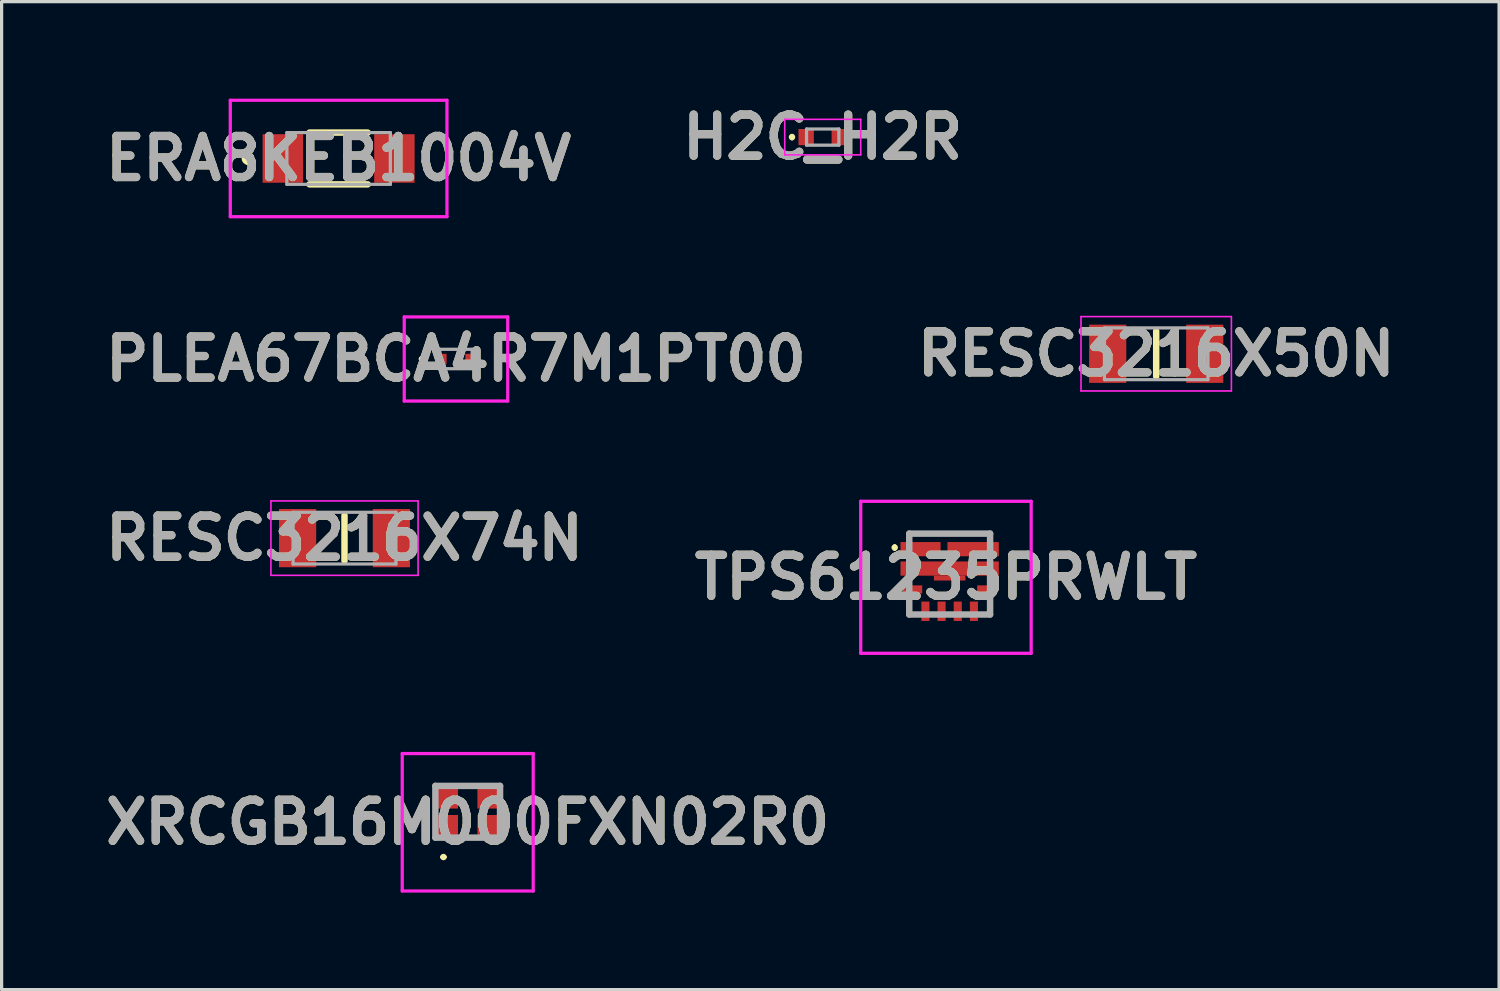
<source format=kicad_pcb>
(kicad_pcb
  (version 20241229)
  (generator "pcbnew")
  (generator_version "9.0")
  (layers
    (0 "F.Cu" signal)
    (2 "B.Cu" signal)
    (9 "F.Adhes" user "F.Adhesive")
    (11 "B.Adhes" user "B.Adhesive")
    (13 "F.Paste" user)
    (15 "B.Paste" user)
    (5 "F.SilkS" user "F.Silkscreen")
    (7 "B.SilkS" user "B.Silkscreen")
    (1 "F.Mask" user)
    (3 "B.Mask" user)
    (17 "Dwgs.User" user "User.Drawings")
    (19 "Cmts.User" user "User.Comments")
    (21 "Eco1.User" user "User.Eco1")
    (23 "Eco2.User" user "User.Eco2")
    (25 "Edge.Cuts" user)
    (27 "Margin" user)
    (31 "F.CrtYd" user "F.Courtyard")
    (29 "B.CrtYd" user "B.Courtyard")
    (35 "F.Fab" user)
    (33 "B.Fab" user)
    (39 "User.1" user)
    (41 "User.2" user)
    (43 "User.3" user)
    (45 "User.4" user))
  (footprint "XRCGB16M000FXN02R0"
    (layer "F.Cu")
    (at 11.412 22.05)
    (property "Reference" "XRCGB16M000FXN02R0" (at 0 0.325 0) (layer "F.SilkS") (effects (font (size 1.27 1.27) (thickness 0.254))))
    (attr smd)
    (fp_line (start -0.8 1.4) (end -0.8 1.4) (stroke (width 0.1) (type solid)) (layer "F.SilkS"))
    (fp_line (start -0.7 1.4) (end -0.7 1.4) (stroke (width 0.1) (type solid)) (layer "F.SilkS"))
    (fp_arc (start -0.8 1.4) (mid -0.75 1.35) (end -0.7 1.4) (stroke (width 0.1) (type solid)) (layer "F.SilkS"))
    (fp_arc (start -0.7 1.4) (mid -0.75 1.45) (end -0.8 1.4) (stroke (width 0.1) (type solid)) (layer "F.SilkS"))
    (fp_line (start -2.025 -1.8) (end 2.025 -1.8) (stroke (width 0.1) (type solid)) (layer "F.CrtYd"))
    (fp_line (start -2.025 2.45) (end -2.025 -1.8) (stroke (width 0.1) (type solid)) (layer "F.CrtYd"))
    (fp_line (start 2.025 -1.8) (end 2.025 2.45) (stroke (width 0.1) (type solid)) (layer "F.CrtYd"))
    (fp_line (start 2.025 2.45) (end -2.025 2.45) (stroke (width 0.1) (type solid)) (layer "F.CrtYd"))
    (fp_line (start -1 -0.8) (end 1 -0.8) (stroke (width 0.2) (type solid)) (layer "F.Fab"))
    (fp_line (start -1 0.8) (end -1 -0.8) (stroke (width 0.2) (type solid)) (layer "F.Fab"))
    (fp_line (start 1 -0.8) (end 1 0.8) (stroke (width 0.2) (type solid)) (layer "F.Fab"))
    (fp_line (start 1 0.8) (end -1 0.8) (stroke (width 0.2) (type solid)) (layer "F.Fab"))
    (fp_text user "${REFERENCE}" (at 0 0.325 0) (layer "F.Fab") (effects (font (size 1.27 1.27) (thickness 0.254))))
    (pad "1" smd rect (at -0.675 0.45 90) (size 0.7 0.75) (layers "F.Cu" "F.Mask" "F.Paste"))
    (pad "2" smd rect (at 0.675 0.45 90) (size 0.7 0.75) (layers "F.Cu" "F.Mask" "F.Paste"))
    (pad "3" smd rect (at 0.675 -0.45 90) (size 0.7 0.75) (layers "F.Cu" "F.Mask" "F.Paste"))
    (pad "4" smd rect (at -0.675 -0.45 90) (size 0.7 0.75) (layers "F.Cu" "F.Mask" "F.Paste")))
  (footprint "H2C_H2R"
    (layer "F.Cu")
    (at 22.389 1.189)
    (property "Reference" "H2C_H2R" (at 0 0 0) (layer "F.SilkS") (effects (font (size 1.27 1.27) (thickness 0.254))))
    (attr smd)
    (fp_line (start -0.95 -0.05) (end -0.95 -0.05) (stroke (width 0.1) (type solid)) (layer "F.SilkS"))
    (fp_line (start -0.95 0.05) (end -0.95 0.05) (stroke (width 0.1) (type solid)) (layer "F.SilkS"))
    (fp_arc (start -0.95 -0.05) (mid -0.9 0) (end -0.95 0.05) (stroke (width 0.1) (type solid)) (layer "F.SilkS"))
    (fp_arc (start -0.95 0.05) (mid -1 0) (end -0.95 -0.05) (stroke (width 0.1) (type solid)) (layer "F.SilkS"))
    (fp_line (start -1.175 -0.55) (end 1.175 -0.55) (stroke (width 0.05) (type solid)) (layer "F.CrtYd"))
    (fp_line (start -1.175 0.55) (end -1.175 -0.55) (stroke (width 0.05) (type solid)) (layer "F.CrtYd"))
    (fp_line (start 1.175 -0.55) (end 1.175 0.55) (stroke (width 0.05) (type solid)) (layer "F.CrtYd"))
    (fp_line (start 1.175 0.55) (end -1.175 0.55) (stroke (width 0.05) (type solid)) (layer "F.CrtYd"))
    (fp_line (start -0.5 -0.25) (end 0.5 -0.25) (stroke (width 0.1) (type solid)) (layer "F.Fab"))
    (fp_line (start -0.5 0.25) (end -0.5 -0.25) (stroke (width 0.1) (type solid)) (layer "F.Fab"))
    (fp_line (start 0.5 -0.25) (end 0.5 0.25) (stroke (width 0.1) (type solid)) (layer "F.Fab"))
    (fp_line (start 0.5 0.25) (end -0.5 0.25) (stroke (width 0.1) (type solid)) (layer "F.Fab"))
    (fp_text user "${REFERENCE}" (at 0 0 0) (layer "F.Fab") (effects (font (size 1.27 1.27) (thickness 0.254))))
    (pad "1" smd rect (at -0.512 0) (size 0.475 0.5) (layers "F.Cu" "F.Mask" "F.Paste"))
    (pad "2" smd rect (at 0.512 0) (size 0.475 0.5) (layers "F.Cu" "F.Mask" "F.Paste")))
  (footprint "RESC3216X74N"
    (layer "F.Cu")
    (at 7.602 13.589)
    (property "Reference" "RESC3216X74N" (at 0 0 0) (layer "F.SilkS") (effects (font (size 1.27 1.27) (thickness 0.254))))
    (attr smd)
    (fp_line (start 0 -0.7) (end 0 0.7) (stroke (width 0.2) (type solid)) (layer "F.SilkS"))
    (fp_line (start -2.275 -1.15) (end 2.275 -1.15) (stroke (width 0.05) (type solid)) (layer "F.CrtYd"))
    (fp_line (start -2.275 1.15) (end -2.275 -1.15) (stroke (width 0.05) (type solid)) (layer "F.CrtYd"))
    (fp_line (start 2.275 -1.15) (end 2.275 1.15) (stroke (width 0.05) (type solid)) (layer "F.CrtYd"))
    (fp_line (start 2.275 1.15) (end -2.275 1.15) (stroke (width 0.05) (type solid)) (layer "F.CrtYd"))
    (fp_line (start -1.59 -0.8) (end 1.59 -0.8) (stroke (width 0.1) (type solid)) (layer "F.Fab"))
    (fp_line (start -1.59 0.8) (end -1.59 -0.8) (stroke (width 0.1) (type solid)) (layer "F.Fab"))
    (fp_line (start 1.59 -0.8) (end 1.59 0.8) (stroke (width 0.1) (type solid)) (layer "F.Fab"))
    (fp_line (start 1.59 0.8) (end -1.59 0.8) (stroke (width 0.1) (type solid)) (layer "F.Fab"))
    (fp_text user "${REFERENCE}" (at 0 0 0) (layer "F.Fab") (effects (font (size 1.27 1.27) (thickness 0.254))))
    (pad "1" smd rect (at -1.45 0) (size 1.15 1.8) (layers "F.Cu" "F.Mask" "F.Paste"))
    (pad "2" smd rect (at 1.45 0) (size 1.15 1.8) (layers "F.Cu" "F.Mask" "F.Paste")))
  (footprint "RESC3216X50N"
    (layer "F.Cu")
    (at 32.7 7.889)
    (property "Reference" "RESC3216X50N" (at 0 0 0) (layer "F.SilkS") (effects (font (size 1.27 1.27) (thickness 0.254))))
    (attr smd)
    (fp_line (start 0 -0.7) (end 0 0.7) (stroke (width 0.2) (type solid)) (layer "F.SilkS"))
    (fp_line (start -2.325 -1.15) (end 2.325 -1.15) (stroke (width 0.05) (type solid)) (layer "F.CrtYd"))
    (fp_line (start -2.325 1.15) (end -2.325 -1.15) (stroke (width 0.05) (type solid)) (layer "F.CrtYd"))
    (fp_line (start 2.325 -1.15) (end 2.325 1.15) (stroke (width 0.05) (type solid)) (layer "F.CrtYd"))
    (fp_line (start 2.325 1.15) (end -2.325 1.15) (stroke (width 0.05) (type solid)) (layer "F.CrtYd"))
    (fp_line (start -1.6 -0.8) (end 1.6 -0.8) (stroke (width 0.1) (type solid)) (layer "F.Fab"))
    (fp_line (start -1.6 0.8) (end -1.6 -0.8) (stroke (width 0.1) (type solid)) (layer "F.Fab"))
    (fp_line (start 1.6 -0.8) (end 1.6 0.8) (stroke (width 0.1) (type solid)) (layer "F.Fab"))
    (fp_line (start 1.6 0.8) (end -1.6 0.8) (stroke (width 0.1) (type solid)) (layer "F.Fab"))
    (fp_text user "${REFERENCE}" (at 0 0 0) (layer "F.Fab") (effects (font (size 1.27 1.27) (thickness 0.254))))
    (pad "1" smd rect (at -1.5 0) (size 1.15 1.8) (layers "F.Cu" "F.Mask" "F.Paste"))
    (pad "2" smd rect (at 1.5 0) (size 1.15 1.8) (layers "F.Cu" "F.Mask" "F.Paste")))
  (footprint "PLEA67BCA4R7M1PT00"
    (layer "F.Cu")
    (at 11.049 8.05)
    (property "Reference" "PLEA67BCA4R7M1PT00" (at 0 0 0) (layer "F.SilkS") (effects (font (size 1.27 1.27) (thickness 0.254))))
    (attr smd)
    (fp_line (start -1.1 0) (end -1.1 0) (stroke (width 0.1) (type solid)) (layer "F.SilkS"))
    (fp_line (start -1 0) (end -1 0) (stroke (width 0.1) (type solid)) (layer "F.SilkS"))
    (fp_arc (start -1.1 0) (mid -1.05 -0.05) (end -1 0) (stroke (width 0.1) (type solid)) (layer "F.SilkS"))
    (fp_arc (start -1 0) (mid -1.05 0.05) (end -1.1 0) (stroke (width 0.1) (type solid)) (layer "F.SilkS"))
    (fp_line (start -1.6 -1.3) (end 1.6 -1.3) (stroke (width 0.1) (type solid)) (layer "F.CrtYd"))
    (fp_line (start -1.6 1.3) (end -1.6 -1.3) (stroke (width 0.1) (type solid)) (layer "F.CrtYd"))
    (fp_line (start 1.6 -1.3) (end 1.6 1.3) (stroke (width 0.1) (type solid)) (layer "F.CrtYd"))
    (fp_line (start 1.6 1.3) (end -1.6 1.3) (stroke (width 0.1) (type solid)) (layer "F.CrtYd"))
    (fp_line (start -0.5 -0.3) (end -0.5 0.3) (stroke (width 0.1) (type solid)) (layer "F.Fab"))
    (fp_line (start -0.5 0.3) (end 0.5 0.3) (stroke (width 0.1) (type solid)) (layer "F.Fab"))
    (fp_line (start 0.5 -0.3) (end -0.5 -0.3) (stroke (width 0.1) (type solid)) (layer "F.Fab"))
    (fp_line (start 0.5 0.3) (end 0.5 -0.3) (stroke (width 0.1) (type solid)) (layer "F.Fab"))
    (fp_text user "${REFERENCE}" (at 0 0 0) (layer "F.Fab") (effects (font (size 1.27 1.27) (thickness 0.254))))
    (pad "1" smd rect (at -0.445 0) (size 0.31 0.32) (layers "F.Cu" "F.Mask" "F.Paste"))
    (pad "2" smd rect (at 0.445 0) (size 0.31 0.32) (layers "F.Cu" "F.Mask" "F.Paste")))
  (footprint "TPS61235PRWLT"
    (layer "F.Cu")
    (at 25.414 13.93)
    (property "Reference" "TPS61235PRWLT" (at 0.785 0.87 0) (layer "F.SilkS") (effects (font (size 1.27 1.27) (thickness 0.254))))
    (attr smd)
    (fp_line (start -0.8 -0.1) (end -0.8 -0.1) (stroke (width 0.1) (type solid)) (layer "F.SilkS"))
    (fp_line (start -0.8 0) (end -0.8 0) (stroke (width 0.1) (type solid)) (layer "F.SilkS"))
    (fp_line (start -0.35 -0.48) (end 2.15 -0.48) (stroke (width 0.1) (type solid)) (layer "F.SilkS"))
    (fp_line (start -0.35 1.57) (end -0.35 2.02) (stroke (width 0.1) (type solid)) (layer "F.SilkS"))
    (fp_line (start -0.35 2.02) (end -0.1 2.02) (stroke (width 0.1) (type solid)) (layer "F.SilkS"))
    (fp_line (start 1.9 2.02) (end 2.15 2.02) (stroke (width 0.1) (type solid)) (layer "F.SilkS"))
    (fp_line (start 2.15 2.02) (end 2.15 1.57) (stroke (width 0.1) (type solid)) (layer "F.SilkS"))
    (fp_arc (start -0.8 -0.1) (mid -0.75 -0.05) (end -0.8 0) (stroke (width 0.1) (type solid)) (layer "F.SilkS"))
    (fp_arc (start -0.8 0) (mid -0.85 -0.05) (end -0.8 -0.1) (stroke (width 0.1) (type solid)) (layer "F.SilkS"))
    (fp_line (start -1.85 -1.48) (end 3.42 -1.48) (stroke (width 0.1) (type solid)) (layer "F.CrtYd"))
    (fp_line (start -1.85 3.22) (end -1.85 -1.48) (stroke (width 0.1) (type solid)) (layer "F.CrtYd"))
    (fp_line (start 3.42 -1.48) (end 3.42 3.22) (stroke (width 0.1) (type solid)) (layer "F.CrtYd"))
    (fp_line (start 3.42 3.22) (end -1.85 3.22) (stroke (width 0.1) (type solid)) (layer "F.CrtYd"))
    (fp_line (start -0.35 -0.48) (end 2.15 -0.48) (stroke (width 0.2) (type solid)) (layer "F.Fab"))
    (fp_line (start -0.35 2.02) (end -0.35 -0.48) (stroke (width 0.2) (type solid)) (layer "F.Fab"))
    (fp_line (start 2.15 -0.48) (end 2.15 2.02) (stroke (width 0.2) (type solid)) (layer "F.Fab"))
    (fp_line (start 2.15 2.02) (end -0.35 2.02) (stroke (width 0.2) (type solid)) (layer "F.Fab"))
    (fp_text user "${REFERENCE}" (at 0.785 0.87 0) (layer "F.Fab") (effects (font (size 1.27 1.27) (thickness 0.254))))
    (pad "1" smd rect (at 0 0 90) (size 0.44 1.24) (layers "F.Cu" "F.Mask" "F.Paste"))
    (pad "2" smd rect (at 0.9 0.6 90) (size 0.44 3.04) (layers "F.Cu" "F.Mask" "F.Paste"))
    (pad "3" smd rect (at -0.25 1.245 90) (size 0.25 0.6) (layers "F.Cu" "F.Mask" "F.Paste"))
    (pad "4" smd rect (at 0.15 1.92) (size 0.25 0.6) (layers "F.Cu" "F.Mask" "F.Paste"))
    (pad "5" smd rect (at 0.65 1.92) (size 0.25 0.6) (layers "F.Cu" "F.Mask" "F.Paste"))
    (pad "6" smd rect (at 1.15 1.92) (size 0.25 0.6) (layers "F.Cu" "F.Mask" "F.Paste"))
    (pad "7" smd rect (at 1.65 1.92) (size 0.25 0.6) (layers "F.Cu" "F.Mask" "F.Paste"))
    (pad "8" smd rect (at 2.05 1.245 90) (size 0.25 0.6) (layers "F.Cu" "F.Mask" "F.Paste"))
    (pad "9" smd rect (at 1.625 0 90) (size 0.44 1.59) (layers "F.Cu" "F.Mask" "F.Paste"))
    (pad "10" smd rect (at 0.9 0.895 90) (size 0.15 0.975) (layers "F.Cu" "F.Mask" "F.Paste")))
  (footprint "ERA8KEB1004V"
    (layer "F.Cu")
    (at 7.42 1.85)
    (property "Reference" "ERA8KEB1004V" (at 0 0 0) (layer "F.SilkS") (effects (font (size 1.27 1.27) (thickness 0.254))))
    (attr smd)
    (fp_line (start -2.8 -0.1) (end -2.8 -0.1) (stroke (width 0.2) (type solid)) (layer "F.SilkS"))
    (fp_line (start -2.8 0.1) (end -2.8 0.1) (stroke (width 0.2) (type solid)) (layer "F.SilkS"))
    (fp_line (start -0.9 -0.8) (end 0.9 -0.8) (stroke (width 0.2) (type solid)) (layer "F.SilkS"))
    (fp_line (start -0.9 0.8) (end 0.9 0.8) (stroke (width 0.2) (type solid)) (layer "F.SilkS"))
    (fp_arc (start -2.8 -0.1) (mid -2.7 0) (end -2.8 0.1) (stroke (width 0.2) (type solid)) (layer "F.SilkS"))
    (fp_arc (start -2.8 0.1) (mid -2.9 0) (end -2.8 -0.1) (stroke (width 0.2) (type solid)) (layer "F.SilkS"))
    (fp_line (start -3.35 -1.8) (end 3.35 -1.8) (stroke (width 0.1) (type solid)) (layer "F.CrtYd"))
    (fp_line (start -3.35 1.8) (end -3.35 -1.8) (stroke (width 0.1) (type solid)) (layer "F.CrtYd"))
    (fp_line (start 3.35 -1.8) (end 3.35 1.8) (stroke (width 0.1) (type solid)) (layer "F.CrtYd"))
    (fp_line (start 3.35 1.8) (end -3.35 1.8) (stroke (width 0.1) (type solid)) (layer "F.CrtYd"))
    (fp_line (start -1.6 -0.8) (end 1.6 -0.8) (stroke (width 0.1) (type solid)) (layer "F.Fab"))
    (fp_line (start -1.6 0.8) (end -1.6 -0.8) (stroke (width 0.1) (type solid)) (layer "F.Fab"))
    (fp_line (start 1.6 -0.8) (end 1.6 0.8) (stroke (width 0.1) (type solid)) (layer "F.Fab"))
    (fp_line (start 1.6 0.8) (end -1.6 0.8) (stroke (width 0.1) (type solid)) (layer "F.Fab"))
    (fp_text user "${REFERENCE}" (at 0 0 0) (layer "F.Fab") (effects (font (size 1.27 1.27) (thickness 0.254))))
    (pad "1" smd rect (at -1.725 0) (size 1.25 1.5) (layers "F.Cu" "F.Mask" "F.Paste"))
    (pad "2" smd rect (at 1.725 0) (size 1.25 1.5) (layers "F.Cu" "F.Mask" "F.Paste")))
  (gr_rect
    (start -3 -3)
    (end 43.302 27.55)
    (stroke (width 0.1) (type default))
    (fill no)
    (layer "Edge.Cuts")))
</source>
